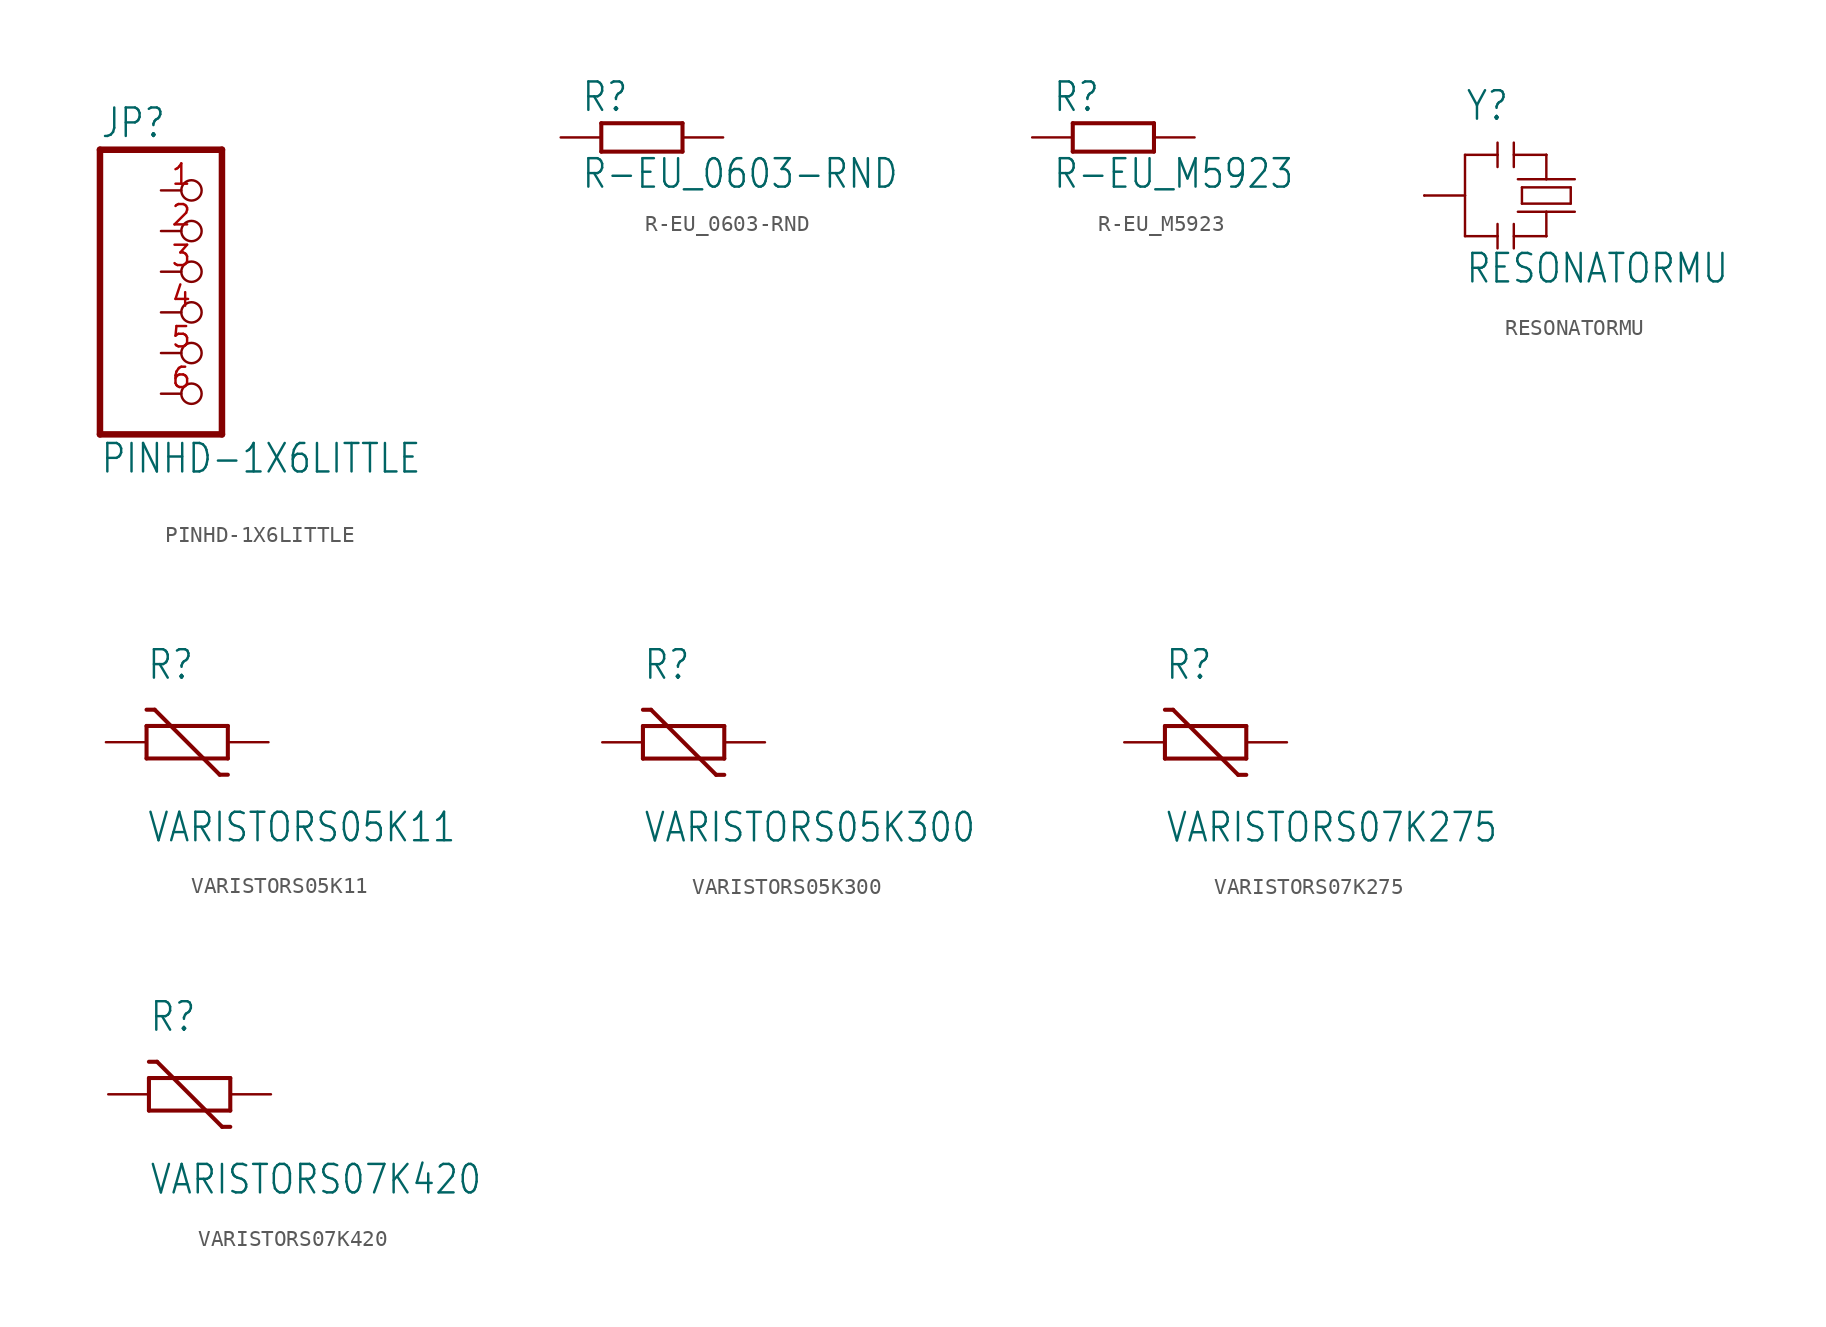
<source format=kicad_sym>
(kicad_symbol_lib
  (version 20211014)
  (generator kicad_symbol_editor)
  (symbol "PINHD-1X6LITTLE"
    (property "Reference" "JP"
      (at -6.35 10.795 0)
      (effects (font (size 1.778 1.511)) (justify left bottom)))
    (property "Value" "PINHD-1X6LITTLE"
      (at -6.35 -10.16 0)
      (effects (font (size 1.778 1.511)) (justify left bottom)))
    (property "ki_locked" ""
      (at 0 0 0)
      (effects (font (size 1.27 1.27))))
    (symbol "PINHD-1X6LITTLE_1_0"
      (polyline (pts (xy -6.35 -7.62) (xy 1.27 -7.62)) (stroke (width 0.406) (type default) (color 0 0 0 0)) (fill (type none)))
      (polyline (pts (xy -6.35 10.16) (xy -6.35 -7.62)) (stroke (width 0.406) (type default) (color 0 0 0 0)) (fill (type none)))
      (polyline (pts (xy 1.27 -7.62) (xy 1.27 10.16)) (stroke (width 0.406) (type default) (color 0 0 0 0)) (fill (type none)))
      (polyline (pts (xy 1.27 10.16) (xy -6.35 10.16)) (stroke (width 0.406) (type default) (color 0 0 0 0)) (fill (type none)))
      (pin passive inverted (at -2.54 7.62 0) (length 2.54) (name "1" (effects (font (size 0 0)))) (number "1" (effects (font (size 1.27 1.27)))))
      (pin passive inverted (at -2.54 5.08 0) (length 2.54) (name "2" (effects (font (size 0 0)))) (number "2" (effects (font (size 1.27 1.27)))))
      (pin passive inverted (at -2.54 2.54 0) (length 2.54) (name "3" (effects (font (size 0 0)))) (number "3" (effects (font (size 1.27 1.27)))))
      (pin passive inverted (at -2.54 0 0) (length 2.54) (name "4" (effects (font (size 0 0)))) (number "4" (effects (font (size 1.27 1.27)))))
      (pin passive inverted (at -2.54 -2.54 0) (length 2.54) (name "5" (effects (font (size 0 0)))) (number "5" (effects (font (size 1.27 1.27)))))
      (pin passive inverted (at -2.54 -5.08 0) (length 2.54) (name "6" (effects (font (size 0 0)))) (number "6" (effects (font (size 1.27 1.27)))))))
  (symbol "R-EU_0603-RND"
    (property "Reference" "R"
      (at -3.81 1.499 0)
      (effects (font (size 1.778 1.511)) (justify left bottom)))
    (property "Value" "R-EU_0603-RND"
      (at -3.81 -3.302 0)
      (effects (font (size 1.778 1.511)) (justify left bottom)))
    (property "ki_locked" ""
      (at 0 0 0)
      (effects (font (size 1.27 1.27))))
    (symbol "R-EU_0603-RND_1_0"
      (polyline (pts (xy -2.54 -0.889) (xy -2.54 0.889)) (stroke (width 0.254) (type default) (color 0 0 0 0)) (fill (type none)))
      (polyline (pts (xy -2.54 -0.889) (xy 2.54 -0.889)) (stroke (width 0.254) (type default) (color 0 0 0 0)) (fill (type none)))
      (polyline (pts (xy 2.54 -0.889) (xy 2.54 0.889)) (stroke (width 0.254) (type default) (color 0 0 0 0)) (fill (type none)))
      (polyline (pts (xy 2.54 0.889) (xy -2.54 0.889)) (stroke (width 0.254) (type default) (color 0 0 0 0)) (fill (type none)))
      (pin passive line (at -5.08 0 0) (length 2.54) (name "1" (effects (font (size 0 0)))) (number "1" (effects (font (size 0 0)))))
      (pin passive line (at 5.08 0 180) (length 2.54) (name "2" (effects (font (size 0 0)))) (number "2" (effects (font (size 0 0)))))))
  (symbol "R-EU_M5923"
    (property "Reference" "R"
      (at -3.81 1.499 0)
      (effects (font (size 1.778 1.511)) (justify left bottom)))
    (property "Value" "R-EU_M5923"
      (at -3.81 -3.302 0)
      (effects (font (size 1.778 1.511)) (justify left bottom)))
    (property "ki_locked" ""
      (at 0 0 0)
      (effects (font (size 1.27 1.27))))
    (symbol "R-EU_M5923_1_0"
      (polyline (pts (xy -2.54 -0.889) (xy -2.54 0.889)) (stroke (width 0.254) (type default) (color 0 0 0 0)) (fill (type none)))
      (polyline (pts (xy -2.54 -0.889) (xy 2.54 -0.889)) (stroke (width 0.254) (type default) (color 0 0 0 0)) (fill (type none)))
      (polyline (pts (xy 2.54 -0.889) (xy 2.54 0.889)) (stroke (width 0.254) (type default) (color 0 0 0 0)) (fill (type none)))
      (polyline (pts (xy 2.54 0.889) (xy -2.54 0.889)) (stroke (width 0.254) (type default) (color 0 0 0 0)) (fill (type none)))
      (pin passive line (at -5.08 0 0) (length 2.54) (name "1" (effects (font (size 0 0)))) (number "1" (effects (font (size 0 0)))))
      (pin passive line (at 5.08 0 180) (length 2.54) (name "2" (effects (font (size 0 0)))) (number "2" (effects (font (size 0 0)))))))
  (symbol "RESONATORMU"
    (property "Reference" "Y"
      (at -5.08 4.572 0)
      (effects (font (size 1.778 1.511)) (justify left bottom)))
    (property "Value" "RESONATORMU"
      (at -5.08 -5.588 0)
      (effects (font (size 1.778 1.511)) (justify left bottom)))
    (property "ki_locked" ""
      (at 0 0 0)
      (effects (font (size 1.27 1.27))))
    (symbol "RESONATORMU_1_0"
      (polyline (pts (xy -5.08 -2.54) (xy -3.048 -2.54)) (stroke (width 0.152) (type default) (color 0 0 0 0)) (fill (type none)))
      (polyline (pts (xy -5.08 0) (xy -7.62 0)) (stroke (width 0.152) (type default) (color 0 0 0 0)) (fill (type none)))
      (polyline (pts (xy -5.08 0) (xy -5.08 -2.54)) (stroke (width 0.152) (type default) (color 0 0 0 0)) (fill (type none)))
      (polyline (pts (xy -5.08 2.54) (xy -5.08 0)) (stroke (width 0.152) (type default) (color 0 0 0 0)) (fill (type none)))
      (polyline (pts (xy -3.048 -2.54) (xy -3.048 -3.302)) (stroke (width 0.152) (type default) (color 0 0 0 0)) (fill (type none)))
      (polyline (pts (xy -3.048 -1.778) (xy -3.048 -2.54)) (stroke (width 0.152) (type default) (color 0 0 0 0)) (fill (type none)))
      (polyline (pts (xy -3.048 2.54) (xy -5.08 2.54)) (stroke (width 0.152) (type default) (color 0 0 0 0)) (fill (type none)))
      (polyline (pts (xy -3.048 2.54) (xy -3.048 1.778)) (stroke (width 0.152) (type default) (color 0 0 0 0)) (fill (type none)))
      (polyline (pts (xy -3.048 3.302) (xy -3.048 2.54)) (stroke (width 0.152) (type default) (color 0 0 0 0)) (fill (type none)))
      (polyline (pts (xy -2.032 -1.778) (xy -2.032 -3.302)) (stroke (width 0.152) (type default) (color 0 0 0 0)) (fill (type none)))
      (polyline (pts (xy -2.032 3.302) (xy -2.032 1.778)) (stroke (width 0.152) (type default) (color 0 0 0 0)) (fill (type none)))
      (polyline (pts (xy -1.778 -1.016) (xy 0 -1.016)) (stroke (width 0.152) (type default) (color 0 0 0 0)) (fill (type none)))
      (polyline (pts (xy -1.778 1.016) (xy 0 1.016)) (stroke (width 0.152) (type default) (color 0 0 0 0)) (fill (type none)))
      (polyline (pts (xy -1.524 -0.508) (xy 1.524 -0.508)) (stroke (width 0.152) (type default) (color 0 0 0 0)) (fill (type none)))
      (polyline (pts (xy -1.524 0.508) (xy -1.524 -0.508)) (stroke (width 0.152) (type default) (color 0 0 0 0)) (fill (type none)))
      (polyline (pts (xy 0 -2.54) (xy -2.032 -2.54)) (stroke (width 0.152) (type default) (color 0 0 0 0)) (fill (type none)))
      (polyline (pts (xy 0 -1.016) (xy 0 -2.54)) (stroke (width 0.152) (type default) (color 0 0 0 0)) (fill (type none)))
      (polyline (pts (xy 0 -1.016) (xy 1.778 -1.016)) (stroke (width 0.152) (type default) (color 0 0 0 0)) (fill (type none)))
      (polyline (pts (xy 0 1.016) (xy 0 2.54)) (stroke (width 0.152) (type default) (color 0 0 0 0)) (fill (type none)))
      (polyline (pts (xy 0 1.016) (xy 1.778 1.016)) (stroke (width 0.152) (type default) (color 0 0 0 0)) (fill (type none)))
      (polyline (pts (xy 0 2.54) (xy -2.032 2.54)) (stroke (width 0.152) (type default) (color 0 0 0 0)) (fill (type none)))
      (polyline (pts (xy 1.524 -0.508) (xy 1.524 0.508)) (stroke (width 0.152) (type default) (color 0 0 0 0)) (fill (type none)))
      (polyline (pts (xy 1.524 0.508) (xy -1.524 0.508)) (stroke (width 0.152) (type default) (color 0 0 0 0)) (fill (type none)))
      (pin passive line (at 0 2.54 180) (length 0) (name "1" (effects (font (size 0 0)))) (number "1" (effects (font (size 0 0)))))
      (pin passive line (at -7.62 0 0) (length 0) (name "2" (effects (font (size 0 0)))) (number "2" (effects (font (size 0 0)))))
      (pin passive line (at 0 -2.54 180) (length 0) (name "3" (effects (font (size 0 0)))) (number "3" (effects (font (size 0 0)))))))
  (symbol "VARISTORS05K11"
    (property "Reference" "R"
      (at -2.54 3.81 0)
      (effects (font (size 1.778 1.511)) (justify left bottom)))
    (property "Value" "VARISTORS05K11"
      (at -2.54 -6.35 0)
      (effects (font (size 1.778 1.511)) (justify left bottom)))
    (property "ki_locked" ""
      (at 0 0 0)
      (effects (font (size 1.27 1.27))))
    (symbol "VARISTORS05K11_1_0"
      (polyline (pts (xy -2.54 -1.016) (xy -2.54 1.016)) (stroke (width 0.254) (type default) (color 0 0 0 0)) (fill (type none)))
      (polyline (pts (xy -2.54 1.016) (xy 2.54 1.016)) (stroke (width 0.254) (type default) (color 0 0 0 0)) (fill (type none)))
      (polyline (pts (xy -2.032 2.032) (xy -2.54 2.032)) (stroke (width 0.254) (type default) (color 0 0 0 0)) (fill (type none)))
      (polyline (pts (xy 2.032 -2.032) (xy -2.032 2.032)) (stroke (width 0.254) (type default) (color 0 0 0 0)) (fill (type none)))
      (polyline (pts (xy 2.54 -2.032) (xy 2.032 -2.032)) (stroke (width 0.254) (type default) (color 0 0 0 0)) (fill (type none)))
      (polyline (pts (xy 2.54 -1.016) (xy -2.54 -1.016)) (stroke (width 0.254) (type default) (color 0 0 0 0)) (fill (type none)))
      (polyline (pts (xy 2.54 1.016) (xy 2.54 -1.016)) (stroke (width 0.254) (type default) (color 0 0 0 0)) (fill (type none)))
      (pin passive line (at 5.08 0 180) (length 2.54) (name "1" (effects (font (size 0 0)))) (number "1" (effects (font (size 0 0)))))
      (pin passive line (at -5.08 0 0) (length 2.54) (name "2" (effects (font (size 0 0)))) (number "2" (effects (font (size 0 0)))))))
  (symbol "VARISTORS05K300"
    (property "Reference" "R"
      (at -2.54 3.81 0)
      (effects (font (size 1.778 1.511)) (justify left bottom)))
    (property "Value" "VARISTORS05K300"
      (at -2.54 -6.35 0)
      (effects (font (size 1.778 1.511)) (justify left bottom)))
    (property "ki_locked" ""
      (at 0 0 0)
      (effects (font (size 1.27 1.27))))
    (symbol "VARISTORS05K300_1_0"
      (polyline (pts (xy -2.54 -1.016) (xy -2.54 1.016)) (stroke (width 0.254) (type default) (color 0 0 0 0)) (fill (type none)))
      (polyline (pts (xy -2.54 1.016) (xy 2.54 1.016)) (stroke (width 0.254) (type default) (color 0 0 0 0)) (fill (type none)))
      (polyline (pts (xy -2.032 2.032) (xy -2.54 2.032)) (stroke (width 0.254) (type default) (color 0 0 0 0)) (fill (type none)))
      (polyline (pts (xy 2.032 -2.032) (xy -2.032 2.032)) (stroke (width 0.254) (type default) (color 0 0 0 0)) (fill (type none)))
      (polyline (pts (xy 2.54 -2.032) (xy 2.032 -2.032)) (stroke (width 0.254) (type default) (color 0 0 0 0)) (fill (type none)))
      (polyline (pts (xy 2.54 -1.016) (xy -2.54 -1.016)) (stroke (width 0.254) (type default) (color 0 0 0 0)) (fill (type none)))
      (polyline (pts (xy 2.54 1.016) (xy 2.54 -1.016)) (stroke (width 0.254) (type default) (color 0 0 0 0)) (fill (type none)))
      (pin passive line (at 5.08 0 180) (length 2.54) (name "1" (effects (font (size 0 0)))) (number "1" (effects (font (size 0 0)))))
      (pin passive line (at -5.08 0 0) (length 2.54) (name "2" (effects (font (size 0 0)))) (number "2" (effects (font (size 0 0)))))))
  (symbol "VARISTORS07K275"
    (property "Reference" "R"
      (at -2.54 3.81 0)
      (effects (font (size 1.778 1.511)) (justify left bottom)))
    (property "Value" "VARISTORS07K275"
      (at -2.54 -6.35 0)
      (effects (font (size 1.778 1.511)) (justify left bottom)))
    (property "ki_locked" ""
      (at 0 0 0)
      (effects (font (size 1.27 1.27))))
    (symbol "VARISTORS07K275_1_0"
      (polyline (pts (xy -2.54 -1.016) (xy -2.54 1.016)) (stroke (width 0.254) (type default) (color 0 0 0 0)) (fill (type none)))
      (polyline (pts (xy -2.54 1.016) (xy 2.54 1.016)) (stroke (width 0.254) (type default) (color 0 0 0 0)) (fill (type none)))
      (polyline (pts (xy -2.032 2.032) (xy -2.54 2.032)) (stroke (width 0.254) (type default) (color 0 0 0 0)) (fill (type none)))
      (polyline (pts (xy 2.032 -2.032) (xy -2.032 2.032)) (stroke (width 0.254) (type default) (color 0 0 0 0)) (fill (type none)))
      (polyline (pts (xy 2.54 -2.032) (xy 2.032 -2.032)) (stroke (width 0.254) (type default) (color 0 0 0 0)) (fill (type none)))
      (polyline (pts (xy 2.54 -1.016) (xy -2.54 -1.016)) (stroke (width 0.254) (type default) (color 0 0 0 0)) (fill (type none)))
      (polyline (pts (xy 2.54 1.016) (xy 2.54 -1.016)) (stroke (width 0.254) (type default) (color 0 0 0 0)) (fill (type none)))
      (pin passive line (at 5.08 0 180) (length 2.54) (name "1" (effects (font (size 0 0)))) (number "1" (effects (font (size 0 0)))))
      (pin passive line (at -5.08 0 0) (length 2.54) (name "2" (effects (font (size 0 0)))) (number "2" (effects (font (size 0 0)))))))
  (symbol "VARISTORS07K420"
    (property "Reference" "R"
      (at -2.54 3.81 0)
      (effects (font (size 1.778 1.511)) (justify left bottom)))
    (property "Value" "VARISTORS07K420"
      (at -2.54 -6.35 0)
      (effects (font (size 1.778 1.511)) (justify left bottom)))
    (property "ki_locked" ""
      (at 0 0 0)
      (effects (font (size 1.27 1.27))))
    (symbol "VARISTORS07K420_1_0"
      (polyline (pts (xy -2.54 -1.016) (xy -2.54 1.016)) (stroke (width 0.254) (type default) (color 0 0 0 0)) (fill (type none)))
      (polyline (pts (xy -2.54 1.016) (xy 2.54 1.016)) (stroke (width 0.254) (type default) (color 0 0 0 0)) (fill (type none)))
      (polyline (pts (xy -2.032 2.032) (xy -2.54 2.032)) (stroke (width 0.254) (type default) (color 0 0 0 0)) (fill (type none)))
      (polyline (pts (xy 2.032 -2.032) (xy -2.032 2.032)) (stroke (width 0.254) (type default) (color 0 0 0 0)) (fill (type none)))
      (polyline (pts (xy 2.54 -2.032) (xy 2.032 -2.032)) (stroke (width 0.254) (type default) (color 0 0 0 0)) (fill (type none)))
      (polyline (pts (xy 2.54 -1.016) (xy -2.54 -1.016)) (stroke (width 0.254) (type default) (color 0 0 0 0)) (fill (type none)))
      (polyline (pts (xy 2.54 1.016) (xy 2.54 -1.016)) (stroke (width 0.254) (type default) (color 0 0 0 0)) (fill (type none)))
      (pin passive line (at 5.08 0 180) (length 2.54) (name "1" (effects (font (size 0 0)))) (number "1" (effects (font (size 0 0)))))
      (pin passive line (at -5.08 0 0) (length 2.54) (name "2" (effects (font (size 0 0)))) (number "2" (effects (font (size 0 0))))))))
</source>
